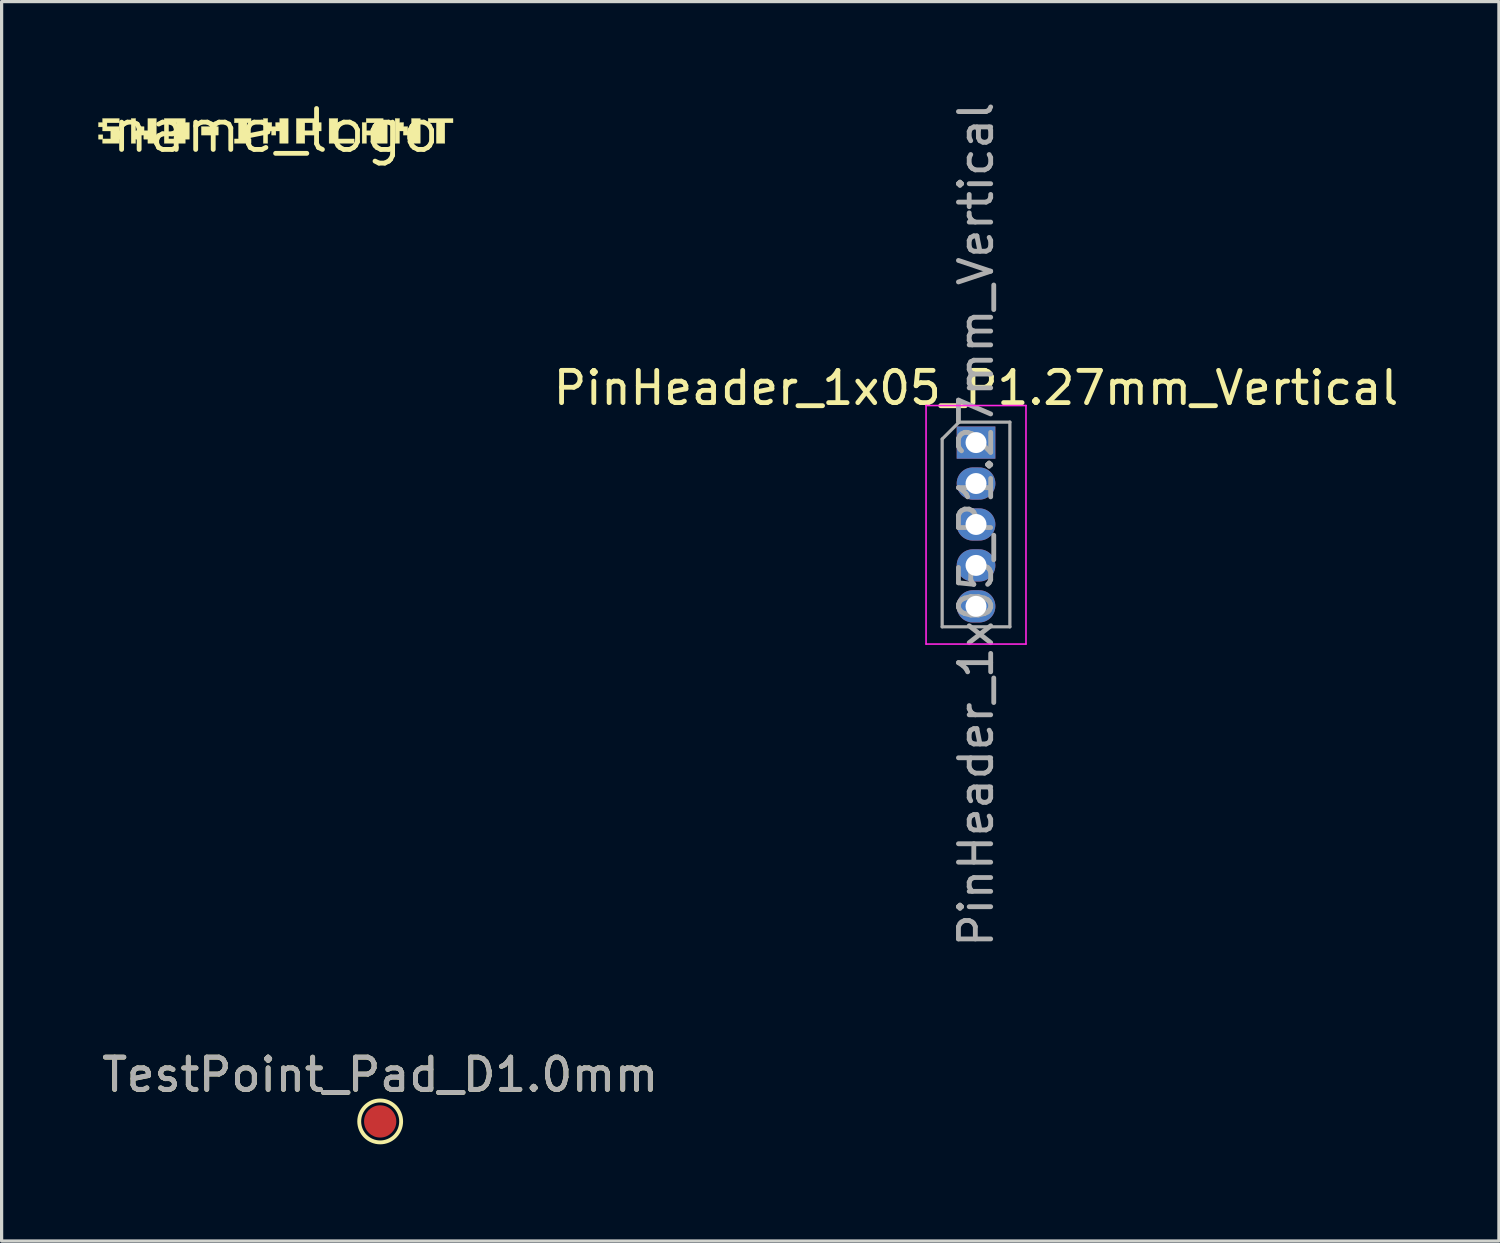
<source format=kicad_pcb>
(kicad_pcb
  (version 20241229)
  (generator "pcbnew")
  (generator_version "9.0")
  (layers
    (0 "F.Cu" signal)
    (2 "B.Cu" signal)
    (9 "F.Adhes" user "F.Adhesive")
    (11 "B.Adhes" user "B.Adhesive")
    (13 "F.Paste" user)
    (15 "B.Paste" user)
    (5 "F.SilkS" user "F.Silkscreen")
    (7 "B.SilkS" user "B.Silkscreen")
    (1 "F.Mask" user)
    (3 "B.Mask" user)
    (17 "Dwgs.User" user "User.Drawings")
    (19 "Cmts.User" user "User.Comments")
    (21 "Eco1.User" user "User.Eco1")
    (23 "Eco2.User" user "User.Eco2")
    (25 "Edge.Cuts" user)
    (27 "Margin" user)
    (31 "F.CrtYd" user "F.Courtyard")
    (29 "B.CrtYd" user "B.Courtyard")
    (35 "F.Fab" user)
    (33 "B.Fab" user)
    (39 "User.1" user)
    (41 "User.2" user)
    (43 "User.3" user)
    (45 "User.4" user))
  (footprint "name_logo"
    (layer "F.Cu")
    (at 5.5 1.006)
    (property "Reference" "name_logo" (at 0 0 0) (layer "F.SilkS") (effects (font (size 1.27 1.27) (thickness 0.15))))
    (attr through_hole)
    (fp_poly (pts (xy -1.778 0.135) (xy -2.303 0.135) (xy -2.303 -0.127) (xy -1.778 -0.127) (xy -1.778 0.135)) (stroke (width 0.01) (type solid)) (fill yes) (layer "F.SilkS"))
    (fp_poly (pts (xy 1.93 0.254) (xy 2.438 0.254) (xy 2.438 0.389) (xy 1.659 0.389) (xy 1.659 -0.381) (xy 1.93 -0.381) (xy 1.93 0.254)) (stroke (width 0.01) (type solid)) (fill yes) (layer "F.SilkS"))
    (fp_poly (pts (xy 5.503 -0.246) (xy 5.249 -0.246) (xy 5.249 0.389) (xy 4.987 0.389) (xy 4.987 -0.246) (xy 4.733 -0.246) (xy 4.733 -0.381) (xy 5.503 -0.381) (xy 5.503 -0.246)) (stroke (width 0.01) (type solid)) (fill yes) (layer "F.SilkS"))
    (fp_poly (pts (xy -0.762 -0.246) (xy -0.889 -0.246) (xy -0.889 0.254) (xy -0.762 0.254) (xy -0.762 0.389) (xy -1.278 0.389) (xy -1.278 0.254) (xy -1.151 0.254) (xy -1.151 -0.246) (xy -1.278 -0.246) (xy -1.278 -0.381) (xy -0.762 -0.381) (xy -0.762 -0.246)) (stroke (width 0.01) (type solid)) (fill yes) (layer "F.SilkS"))
    (fp_poly (pts (xy -2.802 -0.254) (xy -2.675 -0.254) (xy -2.675 0.262) (xy -2.802 0.262) (xy -2.802 0.389) (xy -3.454 0.389) (xy -3.454 -0.246) (xy -3.319 -0.246) (xy -3.319 0.254) (xy -3.073 0.254) (xy -3.073 -0.246) (xy -3.319 -0.246) (xy -3.454 -0.246) (xy -3.454 -0.381) (xy -2.802 -0.381) (xy -2.802 -0.254)) (stroke (width 0.01) (type solid)) (fill yes) (layer "F.SilkS"))
    (fp_poly (pts (xy 1.287 -0.254) (xy 1.414 -0.254) (xy 1.414 0.008) (xy 1.287 0.008) (xy 1.287 0.135) (xy 0.906 0.135) (xy 0.906 0.389) (xy 0.643 0.389) (xy 0.643 -0.246) (xy 0.906 -0.246) (xy 0.906 0) (xy 1.151 0) (xy 1.151 -0.246) (xy 0.906 -0.246) (xy 0.643 -0.246) (xy 0.643 -0.381) (xy 1.287 -0.381) (xy 1.287 -0.254)) (stroke (width 0.01) (type solid)) (fill yes) (layer "F.SilkS"))
    (fp_poly (pts (xy 3.336 -0.254) (xy 3.463 -0.254) (xy 3.463 0.389) (xy 3.073 0.389) (xy 3.073 0.135) (xy 2.819 0.135) (xy 2.819 0.389) (xy 2.684 0.389) (xy 2.684 -0.246) (xy 2.819 -0.246) (xy 2.819 0) (xy 3.073 0) (xy 3.073 -0.246) (xy 2.819 -0.246) (xy 2.684 -0.246) (xy 2.684 -0.254) (xy 2.811 -0.254) (xy 2.811 -0.381) (xy 3.336 -0.381) (xy 3.336 -0.254)) (stroke (width 0.01) (type solid)) (fill yes) (layer "F.SilkS"))
    (fp_poly (pts (xy -4.343 0) (xy -4.216 0) (xy -4.216 -0.127) (xy -4.081 -0.127) (xy -4.081 0) (xy -3.962 0) (xy -3.962 -0.381) (xy -3.7 -0.381) (xy -3.7 0.389) (xy -3.962 0.389) (xy -3.962 0.262) (xy -4.089 0.262) (xy -4.089 0.135) (xy -4.208 0.135) (xy -4.208 0.262) (xy -4.343 0.262) (xy -4.343 0.389) (xy -4.479 0.389) (xy -4.479 -0.381) (xy -4.343 -0.381) (xy -4.343 0)) (stroke (width 0.01) (type solid)) (fill yes) (layer "F.SilkS"))
    (fp_poly (pts (xy -0.246 -0.254) (xy -0.119 -0.254) (xy -0.119 -0.127) (xy 0 -0.127) (xy 0 -0.254) (xy 0.127 -0.254) (xy 0.127 -0.381) (xy 0.389 -0.381) (xy 0.389 0.389) (xy 0.127 0.389) (xy 0.127 0.008) (xy 0.008 0.008) (xy 0.008 0.135) (xy -0.127 0.135) (xy -0.127 0.008) (xy -0.246 0.008) (xy -0.246 0.389) (xy -0.381 0.389) (xy -0.381 -0.381) (xy -0.246 -0.381) (xy -0.246 -0.254)) (stroke (width 0.01) (type solid)) (fill yes) (layer "F.SilkS"))
    (fp_poly (pts (xy 3.844 -0.254) (xy 3.971 -0.254) (xy 3.971 -0.127) (xy 4.098 -0.127) (xy 4.098 0) (xy 4.216 0) (xy 4.216 -0.381) (xy 4.487 -0.381) (xy 4.487 0.389) (xy 4.216 0.389) (xy 4.216 0.262) (xy 4.089 0.262) (xy 4.089 0.135) (xy 3.962 0.135) (xy 3.962 0.008) (xy 3.844 0.008) (xy 3.844 0.389) (xy 3.708 0.389) (xy 3.708 -0.381) (xy 3.844 -0.381) (xy 3.844 -0.254)) (stroke (width 0.01) (type solid)) (fill yes) (layer "F.SilkS"))
    (fp_poly (pts (xy -4.851 -0.246) (xy -5.232 -0.246) (xy -5.232 -0.127) (xy -4.851 -0.127) (xy -4.851 0) (xy -4.724 0) (xy -4.724 0.262) (xy -4.851 0.262) (xy -4.851 0.389) (xy -5.368 0.389) (xy -5.368 0.262) (xy -5.495 0.262) (xy -5.495 0.127) (xy -5.359 0.127) (xy -5.359 0.254) (xy -5.114 0.254) (xy -5.114 0.008) (xy -5.368 0.008) (xy -5.368 -0.119) (xy -5.495 -0.119) (xy -5.495 -0.254) (xy -5.368 -0.254) (xy -5.368 -0.381) (xy -4.851 -0.381) (xy -4.851 -0.246)) (stroke (width 0.01) (type solid)) (fill yes) (layer "F.SilkS")))
  (footprint "PinHeader_1x05_P1.27mm_Vertical"
    (layer "F.Cu")
    (at 27.228 10.68)
    (property "Reference" "PinHeader_1x05_P1.27mm_Vertical" (at 0 -1.695 0) (layer "F.SilkS") (effects (font (size 1 1) (thickness 0.15))))
    (attr through_hole)
    (fp_line (start -1.55 -1.15) (end -1.55 6.25) (stroke (width 0.05) (type solid)) (layer "F.CrtYd"))
    (fp_line (start -1.55 6.25) (end 1.55 6.25) (stroke (width 0.05) (type solid)) (layer "F.CrtYd"))
    (fp_line (start 1.55 -1.15) (end -1.55 -1.15) (stroke (width 0.05) (type solid)) (layer "F.CrtYd"))
    (fp_line (start 1.55 6.25) (end 1.55 -1.15) (stroke (width 0.05) (type solid)) (layer "F.CrtYd"))
    (fp_line (start -1.05 -0.11) (end -0.525 -0.635) (stroke (width 0.1) (type solid)) (layer "F.Fab"))
    (fp_line (start -1.05 5.715) (end -1.05 -0.11) (stroke (width 0.1) (type solid)) (layer "F.Fab"))
    (fp_line (start -0.525 -0.635) (end 1.05 -0.635) (stroke (width 0.1) (type solid)) (layer "F.Fab"))
    (fp_line (start 1.05 -0.635) (end 1.05 5.715) (stroke (width 0.1) (type solid)) (layer "F.Fab"))
    (fp_line (start 1.05 5.715) (end -1.05 5.715) (stroke (width 0.1) (type solid)) (layer "F.Fab"))
    (fp_text user "${REFERENCE}" (at 0 2.54 90) (layer "F.Fab") (effects (font (size 1 1) (thickness 0.15))))
    (pad "1" thru_hole rect (at 0 0) (size 1.2 1) (drill 0.65) (layers "*.Cu" "*.Mask"))
    (pad "2" thru_hole oval (at 0 1.27) (size 1.2 1) (drill 0.65) (layers "*.Cu" "*.Mask"))
    (pad "3" thru_hole oval (at 0 2.54) (size 1.2 1) (drill 0.65) (layers "*.Cu" "*.Mask"))
    (pad "4" thru_hole oval (at 0 3.81) (size 1.2 1) (drill 0.65) (layers "*.Cu" "*.Mask"))
    (pad "5" thru_hole oval (at 0 5.08) (size 1.2 1) (drill 0.65) (layers "*.Cu" "*.Mask")))
  (footprint "TestPoint_Pad_D1.0mm"
    (layer "F.Cu")
    (at 8.744 31.739)
    (property "Reference" "TestPoint_Pad_D1.0mm" (at 0 -1.448 0) (layer "F.SilkS") (effects (font (size 1 1) (thickness 0.15))))
    (attr exclude_from_pos_files exclude_from_bom)
    (fp_circle (center 0 0) (end 0.65 0) (stroke (width 0.12) (type solid)) (fill no) (layer "F.SilkS"))
    (fp_text user "${REFERENCE}" (at 0 -1.45 0) (layer "F.Fab") (effects (font (size 1 1) (thickness 0.15))))
    (pad "1" smd circle (at 0 0) (size 1 1) (layers "F.Cu" "F.Mask")))
  (gr_rect
    (start -3 -3)
    (end 43.449 35.449)
    (stroke (width 0.1) (type default))
    (fill no)
    (layer "Edge.Cuts")))
</source>
